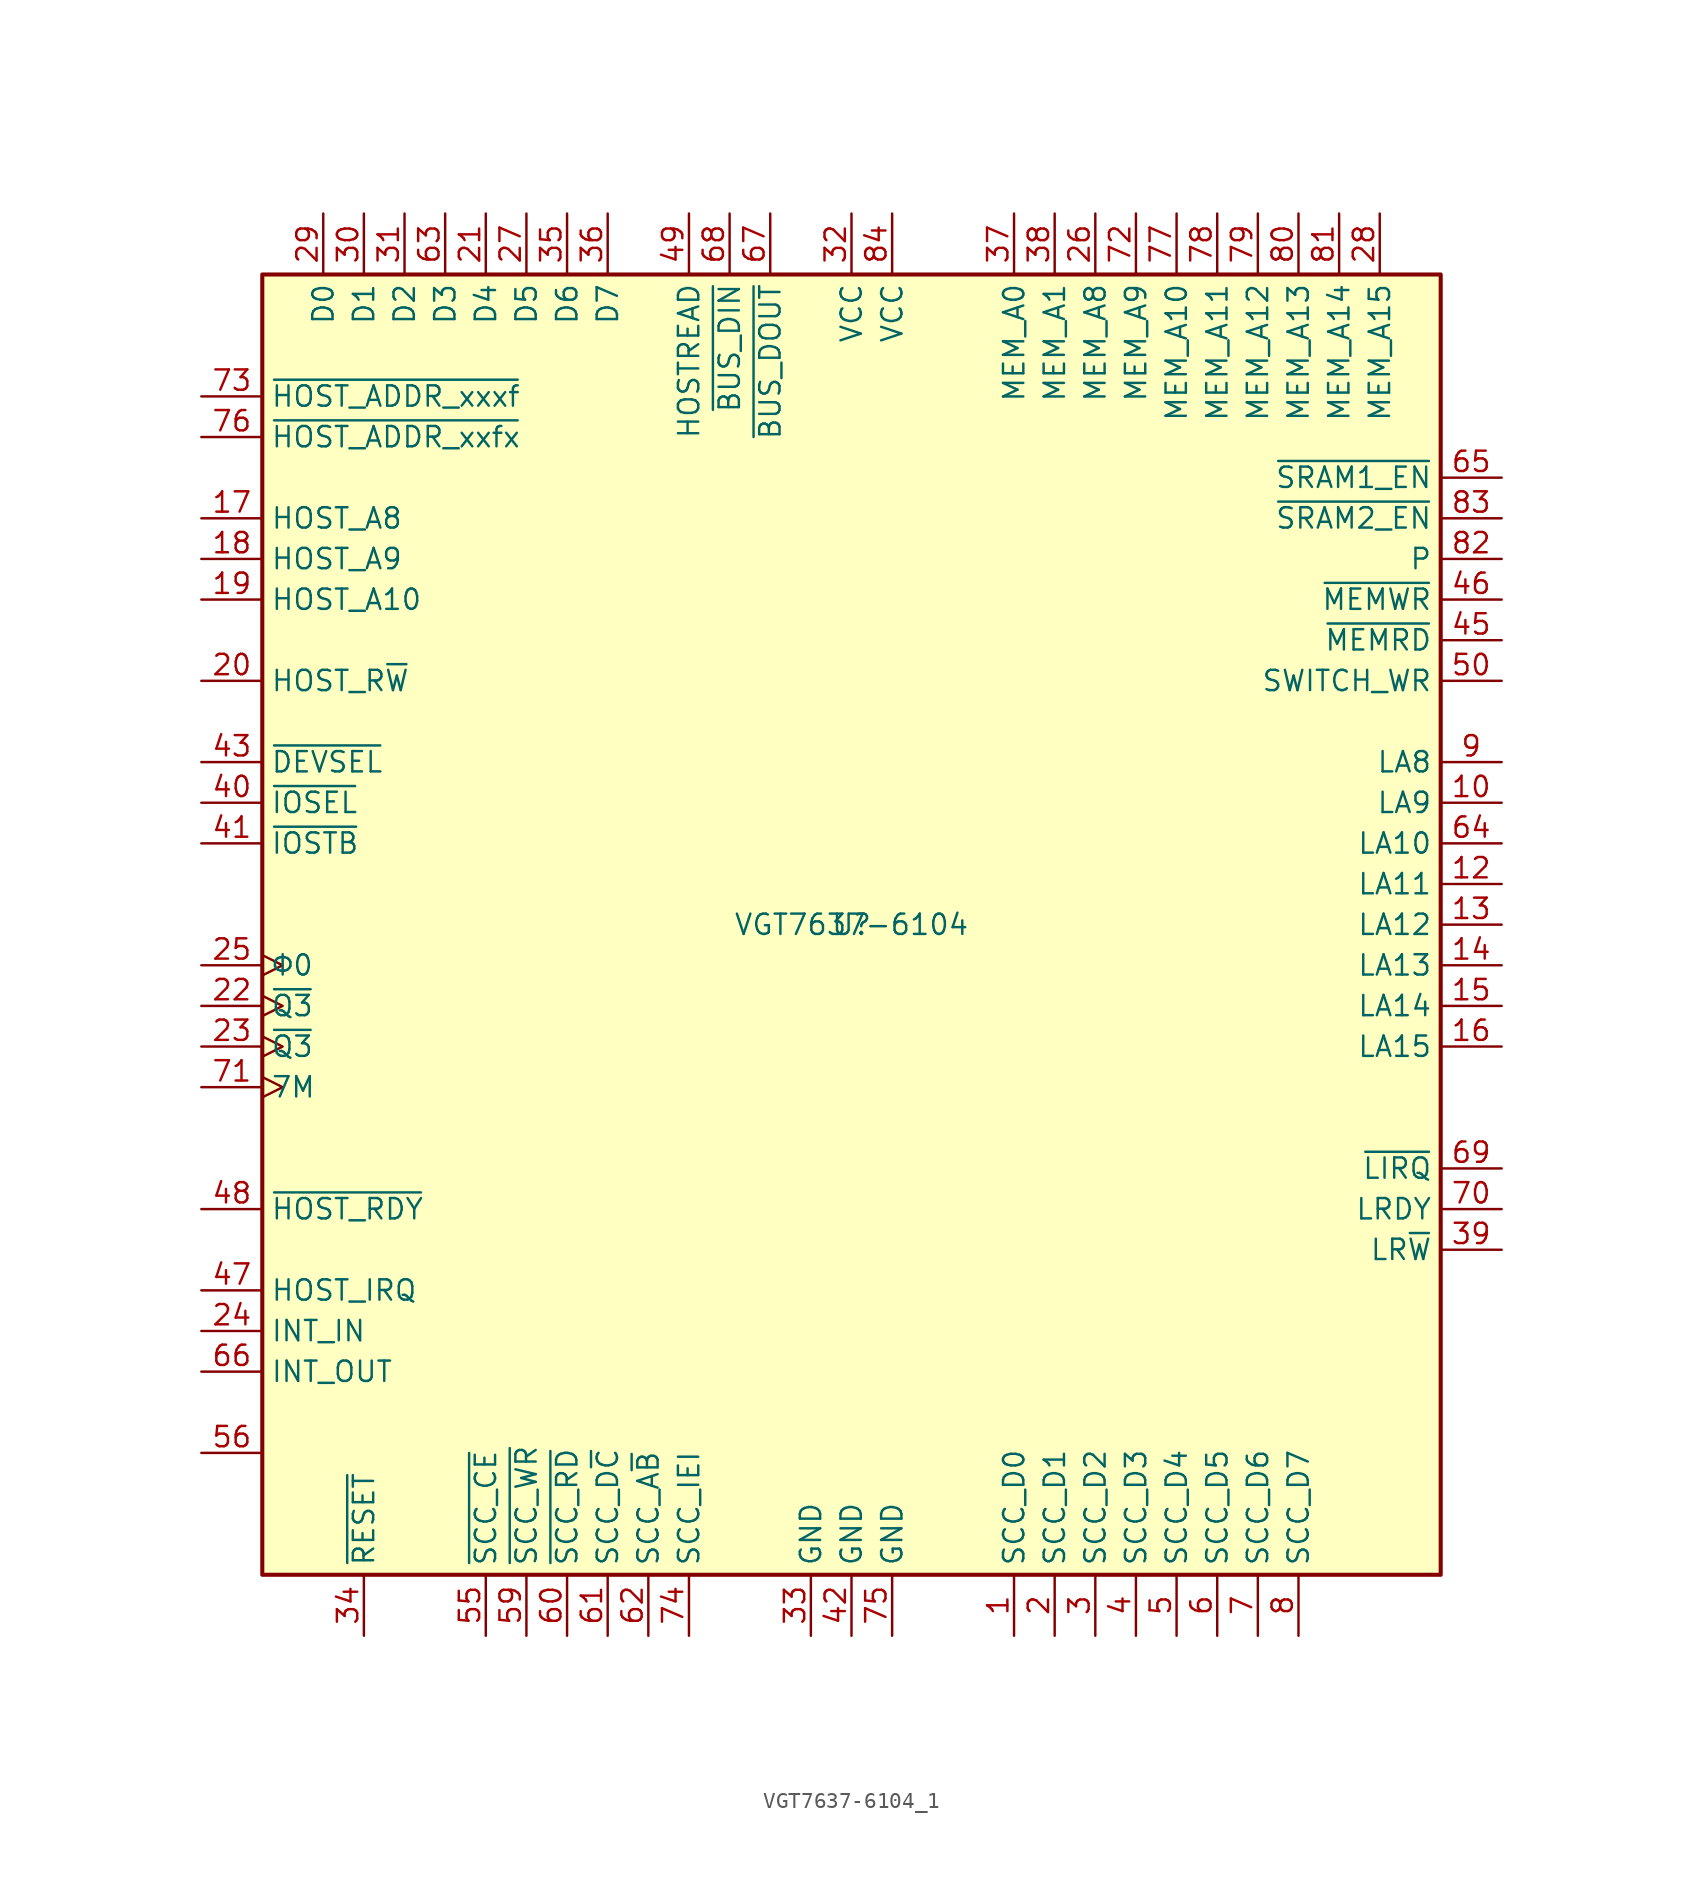
<source format=kicad_sym>
(kicad_symbol_lib
  (version 20241209)
  (generator "kicad_symbol_editor")
  (generator_version "9.0")
  (symbol "VGT7637-6104_1"
    (property "Reference" "U"
      (at 0 0 0)
      (effects (font (size 1.27 1.27))))
    (property "Value" "VGT7637-6104"
      (at 0 0 0)
      (effects (font (size 1.27 1.27))))
    (symbol "VGT7637-6104_1_1_1"
      (rectangle (start -36.83 40.64) (end 36.83 -40.64) (stroke (width 0.254) (type solid)) (fill (type background)))
      (pin input line (at -40.64 33.02 0) (length 3.81) (name "~{HOST_ADDR_xxxf}" (effects (font (size 1.27 1.27)))) (number "73" (effects (font (size 1.27 1.27)))))
      (pin input line (at -40.64 30.48 0) (length 3.81) (name "~{HOST_ADDR_xxfx}" (effects (font (size 1.27 1.27)))) (number "76" (effects (font (size 1.27 1.27)))))
      (pin input line (at -40.64 25.4 0) (length 3.81) (name "HOST_A8" (effects (font (size 1.27 1.27)))) (number "17" (effects (font (size 1.27 1.27)))))
      (pin input line (at -40.64 22.86 0) (length 3.81) (name "HOST_A9" (effects (font (size 1.27 1.27)))) (number "18" (effects (font (size 1.27 1.27)))))
      (pin input line (at -40.64 20.32 0) (length 3.81) (name "HOST_A10" (effects (font (size 1.27 1.27)))) (number "19" (effects (font (size 1.27 1.27)))))
      (pin input line (at -40.64 15.24 0) (length 3.81) (name "HOST_R~{W}" (effects (font (size 1.27 1.27)))) (number "20" (effects (font (size 1.27 1.27)))))
      (pin input line (at -40.64 10.16 0) (length 3.81) (name "~{DEVSEL}" (effects (font (size 1.27 1.27)))) (number "43" (effects (font (size 1.27 1.27)))))
      (pin input line (at -40.64 7.62 0) (length 3.81) (name "~{IOSEL}" (effects (font (size 1.27 1.27)))) (number "40" (effects (font (size 1.27 1.27)))))
      (pin input line (at -40.64 5.08 0) (length 3.81) (name "~{IOSTB}" (effects (font (size 1.27 1.27)))) (number "41" (effects (font (size 1.27 1.27)))))
      (pin input clock (at -40.64 -2.54 0) (length 3.81) (name "Φ0" (effects (font (size 1.27 1.27)))) (number "25" (effects (font (size 1.27 1.27)))))
      (pin input clock (at -40.64 -5.08 0) (length 3.81) (name "~{Q3}" (effects (font (size 1.27 1.27)))) (number "22" (effects (font (size 1.27 1.27)))))
      (pin input clock (at -40.64 -7.62 0) (length 3.81) (name "~{Q3}" (effects (font (size 1.27 1.27)))) (number "23" (effects (font (size 1.27 1.27)))))
      (pin input clock (at -40.64 -10.16 0) (length 3.81) (name "7M" (effects (font (size 1.27 1.27)))) (number "71" (effects (font (size 1.27 1.27)))))
      (pin open_collector line (at -40.64 -17.78 0) (length 3.81) (name "~{HOST_RDY}" (effects (font (size 1.27 1.27)))) (number "48" (effects (font (size 1.27 1.27)))))
      (pin open_collector line (at -40.64 -22.86 0) (length 3.81) (name "HOST_IRQ" (effects (font (size 1.27 1.27)))) (number "47" (effects (font (size 1.27 1.27)))))
      (pin input line (at -40.64 -25.4 0) (length 3.81) (name "INT_IN" (effects (font (size 1.27 1.27)))) (number "24" (effects (font (size 1.27 1.27)))))
      (pin output line (at -40.64 -27.94 0) (length 3.81) (name "INT_OUT" (effects (font (size 1.27 1.27)))) (number "66" (effects (font (size 1.27 1.27)))))
      (pin output line (at -40.64 -33.02 0) (length 3.81) (name "" (effects (font (size 1.27 1.27)))) (number "56" (effects (font (size 1.27 1.27)))))
      (pin bidirectional line (at -33.02 44.45 270) (length 3.81) (name "D0" (effects (font (size 1.27 1.27)))) (number "29" (effects (font (size 1.27 1.27)))))
      (pin bidirectional line (at -30.48 44.45 270) (length 3.81) (name "D1" (effects (font (size 1.27 1.27)))) (number "30" (effects (font (size 1.27 1.27)))))
      (pin input line (at -30.48 -44.45 90) (length 3.81) (name "~{RESET}" (effects (font (size 1.27 1.27)))) (number "34" (effects (font (size 1.27 1.27)))))
      (pin bidirectional line (at -27.94 44.45 270) (length 3.81) (name "D2" (effects (font (size 1.27 1.27)))) (number "31" (effects (font (size 1.27 1.27)))))
      (pin bidirectional line (at -25.4 44.45 270) (length 3.81) (name "D3" (effects (font (size 1.27 1.27)))) (number "63" (effects (font (size 1.27 1.27)))))
      (pin bidirectional line (at -22.86 44.45 270) (length 3.81) (name "D4" (effects (font (size 1.27 1.27)))) (number "21" (effects (font (size 1.27 1.27)))))
      (pin output line (at -22.86 -44.45 90) (length 3.81) (name "~{SCC_CE}" (effects (font (size 1.27 1.27)))) (number "55" (effects (font (size 1.27 1.27)))))
      (pin bidirectional line (at -20.32 44.45 270) (length 3.81) (name "D5" (effects (font (size 1.27 1.27)))) (number "27" (effects (font (size 1.27 1.27)))))
      (pin output line (at -20.32 -44.45 90) (length 3.81) (name "~{SCC_WR}" (effects (font (size 1.27 1.27)))) (number "59" (effects (font (size 1.27 1.27)))))
      (pin bidirectional line (at -17.78 44.45 270) (length 3.81) (name "D6" (effects (font (size 1.27 1.27)))) (number "35" (effects (font (size 1.27 1.27)))))
      (pin output line (at -17.78 -44.45 90) (length 3.81) (name "~{SCC_RD}" (effects (font (size 1.27 1.27)))) (number "60" (effects (font (size 1.27 1.27)))))
      (pin bidirectional line (at -15.24 44.45 270) (length 3.81) (name "D7" (effects (font (size 1.27 1.27)))) (number "36" (effects (font (size 1.27 1.27)))))
      (pin output line (at -15.24 -44.45 90) (length 3.81) (name "SCC_D~{C}" (effects (font (size 1.27 1.27)))) (number "61" (effects (font (size 1.27 1.27)))))
      (pin output line (at -12.7 -44.45 90) (length 3.81) (name "SCC_A~{B}" (effects (font (size 1.27 1.27)))) (number "62" (effects (font (size 1.27 1.27)))))
      (pin output line (at -10.16 44.45 270) (length 3.81) (name "HOSTREAD" (effects (font (size 1.27 1.27)))) (number "49" (effects (font (size 1.27 1.27)))))
      (pin output line (at -10.16 -44.45 90) (length 3.81) (name "SCC_IEI" (effects (font (size 1.27 1.27)))) (number "74" (effects (font (size 1.27 1.27)))))
      (pin output line (at -7.62 44.45 270) (length 3.81) (name "~{BUS_DIN}" (effects (font (size 1.27 1.27)))) (number "68" (effects (font (size 1.27 1.27)))))
      (pin output line (at -5.08 44.45 270) (length 3.81) (name "~{BUS_DOUT}" (effects (font (size 1.27 1.27)))) (number "67" (effects (font (size 1.27 1.27)))))
      (pin power_in line (at -2.54 -44.45 90) (length 3.81) (name "GND" (effects (font (size 1.27 1.27)))) (number "33" (effects (font (size 1.27 1.27)))))
      (pin power_in line (at 0 44.45 270) (length 3.81) (name "VCC" (effects (font (size 1.27 1.27)))) (number "32" (effects (font (size 1.27 1.27)))))
      (pin power_in line (at 0 -44.45 90) (length 3.81) (name "GND" (effects (font (size 1.27 1.27)))) (number "42" (effects (font (size 1.27 1.27)))))
      (pin power_in line (at 2.54 44.45 270) (length 3.81) (name "VCC" (effects (font (size 1.27 1.27)))) (number "84" (effects (font (size 1.27 1.27)))))
      (pin power_in line (at 2.54 -44.45 90) (length 3.81) (name "GND" (effects (font (size 1.27 1.27)))) (number "75" (effects (font (size 1.27 1.27)))))
      (pin input line (at 10.16 44.45 270) (length 3.81) (name "MEM_A0" (effects (font (size 1.27 1.27)))) (number "37" (effects (font (size 1.27 1.27)))))
      (pin bidirectional line (at 10.16 -44.45 90) (length 3.81) (name "SCC_D0" (effects (font (size 1.27 1.27)))) (number "1" (effects (font (size 1.27 1.27)))))
      (pin input line (at 12.7 44.45 270) (length 3.81) (name "MEM_A1" (effects (font (size 1.27 1.27)))) (number "38" (effects (font (size 1.27 1.27)))))
      (pin bidirectional line (at 12.7 -44.45 90) (length 3.81) (name "SCC_D1" (effects (font (size 1.27 1.27)))) (number "2" (effects (font (size 1.27 1.27)))))
      (pin output line (at 15.24 44.45 270) (length 3.81) (name "MEM_A8" (effects (font (size 1.27 1.27)))) (number "26" (effects (font (size 1.27 1.27)))))
      (pin bidirectional line (at 15.24 -44.45 90) (length 3.81) (name "SCC_D2" (effects (font (size 1.27 1.27)))) (number "3" (effects (font (size 1.27 1.27)))))
      (pin output line (at 17.78 44.45 270) (length 3.81) (name "MEM_A9" (effects (font (size 1.27 1.27)))) (number "72" (effects (font (size 1.27 1.27)))))
      (pin bidirectional line (at 17.78 -44.45 90) (length 3.81) (name "SCC_D3" (effects (font (size 1.27 1.27)))) (number "4" (effects (font (size 1.27 1.27)))))
      (pin output line (at 20.32 44.45 270) (length 3.81) (name "MEM_A10" (effects (font (size 1.27 1.27)))) (number "77" (effects (font (size 1.27 1.27)))))
      (pin bidirectional line (at 20.32 -44.45 90) (length 3.81) (name "SCC_D4" (effects (font (size 1.27 1.27)))) (number "5" (effects (font (size 1.27 1.27)))))
      (pin output line (at 22.86 44.45 270) (length 3.81) (name "MEM_A11" (effects (font (size 1.27 1.27)))) (number "78" (effects (font (size 1.27 1.27)))))
      (pin bidirectional line (at 22.86 -44.45 90) (length 3.81) (name "SCC_D5" (effects (font (size 1.27 1.27)))) (number "6" (effects (font (size 1.27 1.27)))))
      (pin output line (at 25.4 44.45 270) (length 3.81) (name "MEM_A12" (effects (font (size 1.27 1.27)))) (number "79" (effects (font (size 1.27 1.27)))))
      (pin bidirectional line (at 25.4 -44.45 90) (length 3.81) (name "SCC_D6" (effects (font (size 1.27 1.27)))) (number "7" (effects (font (size 1.27 1.27)))))
      (pin output line (at 27.94 44.45 270) (length 3.81) (name "MEM_A13" (effects (font (size 1.27 1.27)))) (number "80" (effects (font (size 1.27 1.27)))))
      (pin bidirectional line (at 27.94 -44.45 90) (length 3.81) (name "SCC_D7" (effects (font (size 1.27 1.27)))) (number "8" (effects (font (size 1.27 1.27)))))
      (pin output line (at 30.48 44.45 270) (length 3.81) (name "MEM_A14" (effects (font (size 1.27 1.27)))) (number "81" (effects (font (size 1.27 1.27)))))
      (pin output line (at 33.02 44.45 270) (length 3.81) (name "MEM_A15" (effects (font (size 1.27 1.27)))) (number "28" (effects (font (size 1.27 1.27)))))
      (pin no_connect line (at 36.83 -27.94 180) (length 3.81) (hide yes) (name "N.C." (effects (font (size 1.27 1.27)))) (number "11" (effects (font (size 1.27 1.27)))))
      (pin no_connect line (at 36.83 -27.94 180) (length 3.81) (hide yes) (name "N.C." (effects (font (size 1.27 1.27)))) (number "44" (effects (font (size 1.27 1.27)))))
      (pin no_connect line (at 36.83 -27.94 180) (length 3.81) (hide yes) (name "N.C." (effects (font (size 1.27 1.27)))) (number "51" (effects (font (size 1.27 1.27)))))
      (pin no_connect line (at 36.83 -27.94 180) (length 3.81) (hide yes) (name "N.C." (effects (font (size 1.27 1.27)))) (number "52" (effects (font (size 1.27 1.27)))))
      (pin no_connect line (at 36.83 -27.94 180) (length 3.81) (hide yes) (name "N.C." (effects (font (size 1.27 1.27)))) (number "53" (effects (font (size 1.27 1.27)))))
      (pin no_connect line (at 36.83 -27.94 180) (length 3.81) (hide yes) (name "N.C." (effects (font (size 1.27 1.27)))) (number "54" (effects (font (size 1.27 1.27)))))
      (pin no_connect line (at 36.83 -27.94 180) (length 3.81) (hide yes) (name "N.C." (effects (font (size 1.27 1.27)))) (number "57" (effects (font (size 1.27 1.27)))))
      (pin no_connect line (at 36.83 -27.94 180) (length 3.81) (hide yes) (name "N.C." (effects (font (size 1.27 1.27)))) (number "58" (effects (font (size 1.27 1.27)))))
      (pin output line (at 40.64 27.94 180) (length 3.81) (name "~{SRAM1_EN}" (effects (font (size 1.27 1.27)))) (number "65" (effects (font (size 1.27 1.27)))))
      (pin output line (at 40.64 25.4 180) (length 3.81) (name "~{SRAM2_EN}" (effects (font (size 1.27 1.27)))) (number "83" (effects (font (size 1.27 1.27)))))
      (pin output line (at 40.64 22.86 180) (length 3.81) (name "P" (effects (font (size 1.27 1.27)))) (number "82" (effects (font (size 1.27 1.27)))))
      (pin output line (at 40.64 20.32 180) (length 3.81) (name "~{MEMWR}" (effects (font (size 1.27 1.27)))) (number "46" (effects (font (size 1.27 1.27)))))
      (pin output line (at 40.64 17.78 180) (length 3.81) (name "~{MEMRD}" (effects (font (size 1.27 1.27)))) (number "45" (effects (font (size 1.27 1.27)))))
      (pin output line (at 40.64 15.24 180) (length 3.81) (name "SWITCH_WR" (effects (font (size 1.27 1.27)))) (number "50" (effects (font (size 1.27 1.27)))))
      (pin bidirectional line (at 40.64 10.16 180) (length 3.81) (name "LA8" (effects (font (size 1.27 1.27)))) (number "9" (effects (font (size 1.27 1.27)))))
      (pin bidirectional line (at 40.64 7.62 180) (length 3.81) (name "LA9" (effects (font (size 1.27 1.27)))) (number "10" (effects (font (size 1.27 1.27)))))
      (pin bidirectional line (at 40.64 5.08 180) (length 3.81) (name "LA10" (effects (font (size 1.27 1.27)))) (number "64" (effects (font (size 1.27 1.27)))))
      (pin bidirectional line (at 40.64 2.54 180) (length 3.81) (name "LA11" (effects (font (size 1.27 1.27)))) (number "12" (effects (font (size 1.27 1.27)))))
      (pin bidirectional line (at 40.64 0 180) (length 3.81) (name "LA12" (effects (font (size 1.27 1.27)))) (number "13" (effects (font (size 1.27 1.27)))))
      (pin bidirectional line (at 40.64 -2.54 180) (length 3.81) (name "LA13" (effects (font (size 1.27 1.27)))) (number "14" (effects (font (size 1.27 1.27)))))
      (pin bidirectional line (at 40.64 -5.08 180) (length 3.81) (name "LA14" (effects (font (size 1.27 1.27)))) (number "15" (effects (font (size 1.27 1.27)))))
      (pin bidirectional line (at 40.64 -7.62 180) (length 3.81) (name "LA15" (effects (font (size 1.27 1.27)))) (number "16" (effects (font (size 1.27 1.27)))))
      (pin open_collector line (at 40.64 -15.24 180) (length 3.81) (name "~{LIRQ}" (effects (font (size 1.27 1.27)))) (number "69" (effects (font (size 1.27 1.27)))))
      (pin open_collector line (at 40.64 -17.78 180) (length 3.81) (name "LRDY" (effects (font (size 1.27 1.27)))) (number "70" (effects (font (size 1.27 1.27)))))
      (pin input line (at 40.64 -20.32 180) (length 3.81) (name "LR~{W}" (effects (font (size 1.27 1.27)))) (number "39" (effects (font (size 1.27 1.27))))))))
</source>
